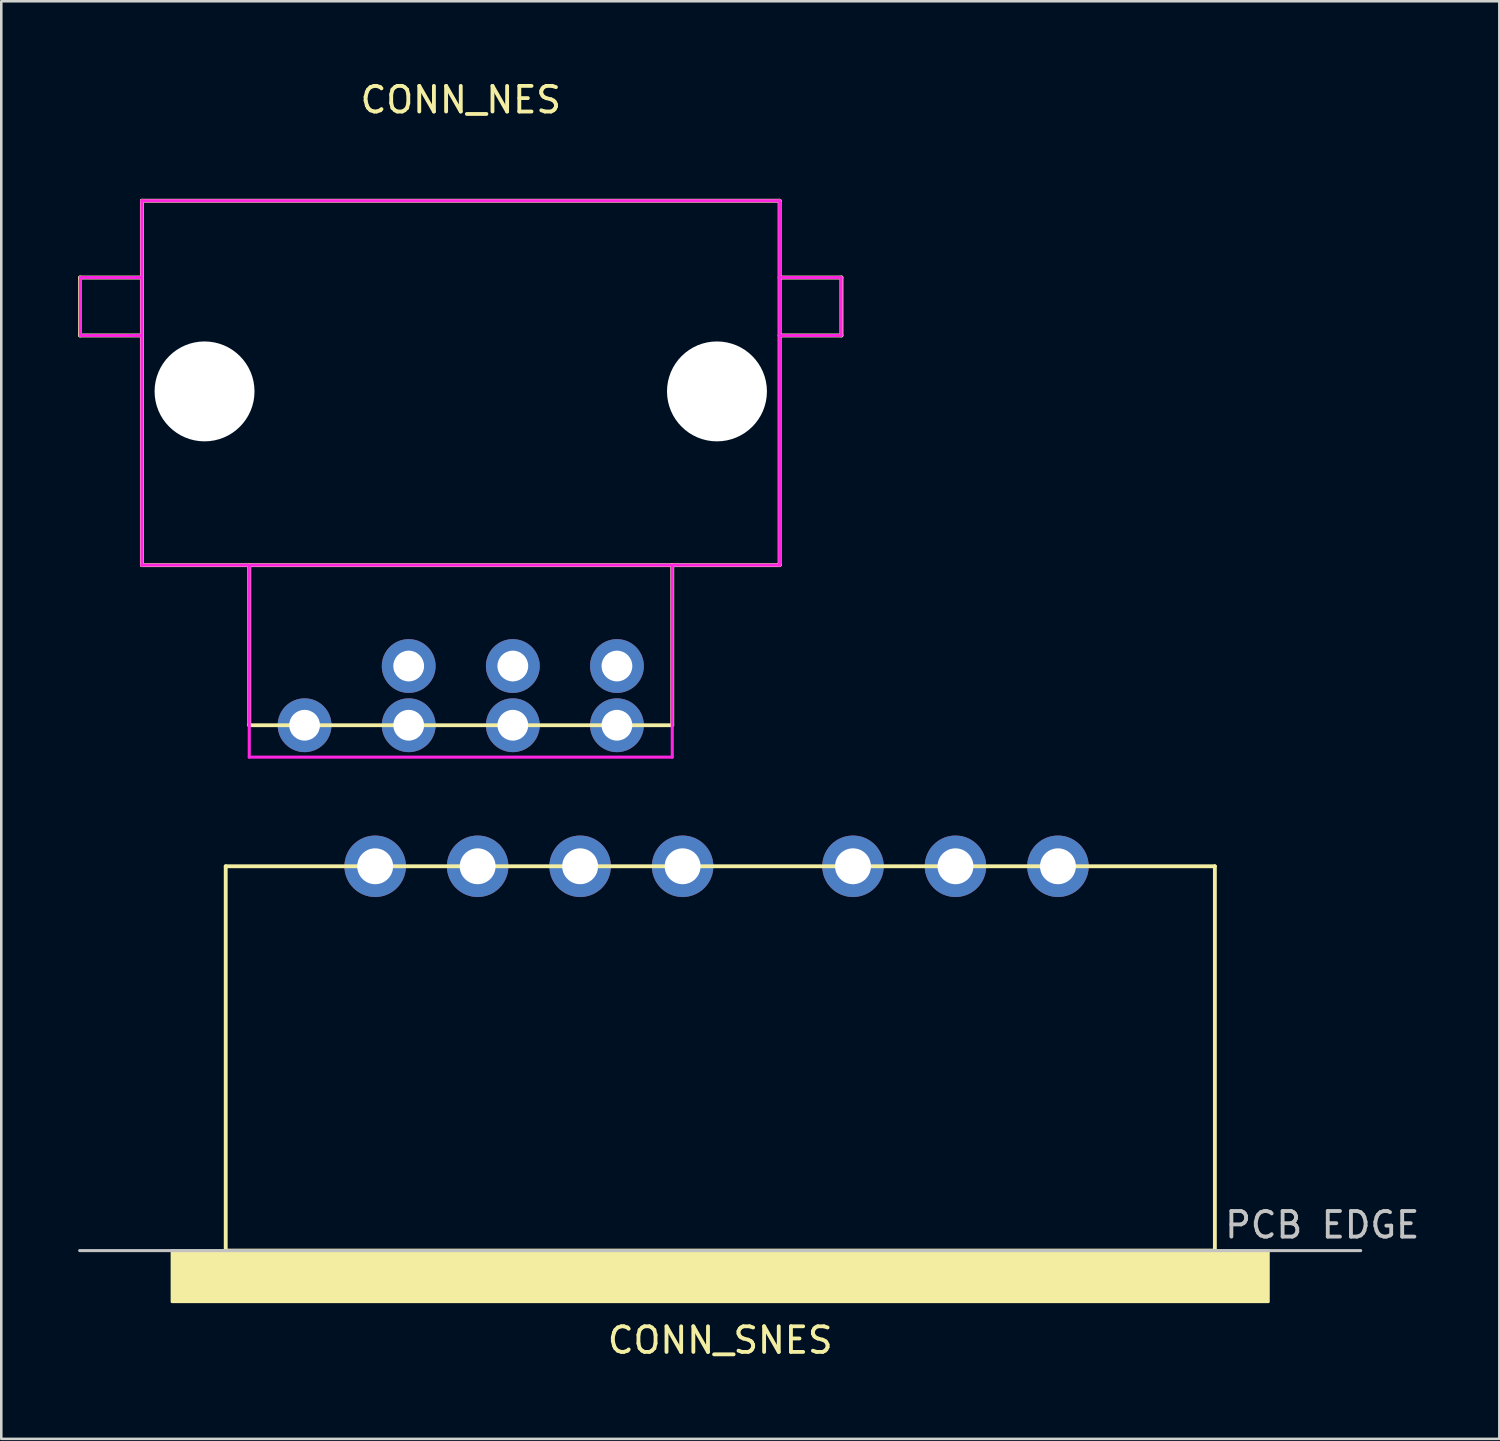
<source format=kicad_pcb>
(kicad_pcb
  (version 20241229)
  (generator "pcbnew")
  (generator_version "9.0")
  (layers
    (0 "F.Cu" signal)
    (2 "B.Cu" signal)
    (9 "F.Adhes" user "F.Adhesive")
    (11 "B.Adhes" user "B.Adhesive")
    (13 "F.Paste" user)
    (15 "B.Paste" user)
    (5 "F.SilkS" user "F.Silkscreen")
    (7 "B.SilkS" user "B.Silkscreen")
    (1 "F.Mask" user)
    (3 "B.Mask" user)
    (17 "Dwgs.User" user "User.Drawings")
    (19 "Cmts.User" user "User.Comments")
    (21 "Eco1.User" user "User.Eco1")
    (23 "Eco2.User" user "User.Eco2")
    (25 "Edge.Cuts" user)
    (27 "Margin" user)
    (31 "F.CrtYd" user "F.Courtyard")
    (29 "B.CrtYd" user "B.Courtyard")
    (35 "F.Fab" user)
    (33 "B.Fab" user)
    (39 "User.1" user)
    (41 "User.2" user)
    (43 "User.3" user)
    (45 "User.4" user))
  (footprint "CONN_NES"
    (layer "F.Cu")
    (at 14.934 11.897)
    (property "Reference" "CONN_NES" (at 0 -11.049 0) (layer "F.SilkS") (effects (font (size 1 1) (thickness 0.15))))
    (attr through_hole)
    (fp_line (start -14.859 -4.115) (end -14.859 -1.854) (stroke (width 0.15) (type solid)) (layer "F.SilkS"))
    (fp_line (start -12.446 -7.112) (end -12.446 7.112) (stroke (width 0.15) (type solid)) (layer "F.SilkS"))
    (fp_line (start -12.446 -4.115) (end -14.859 -4.115) (stroke (width 0.15) (type solid)) (layer "F.SilkS"))
    (fp_line (start -12.446 -1.854) (end -14.859 -1.854) (stroke (width 0.15) (type solid)) (layer "F.SilkS"))
    (fp_line (start -12.446 7.112) (end 12.446 7.112) (stroke (width 0.15) (type solid)) (layer "F.SilkS"))
    (fp_line (start -8.255 7.112) (end -8.255 13.36) (stroke (width 0.15) (type solid)) (layer "F.SilkS"))
    (fp_line (start -8.255 13.36) (end 8.255 13.36) (stroke (width 0.15) (type solid)) (layer "F.SilkS"))
    (fp_line (start 8.255 13.36) (end 8.255 7.112) (stroke (width 0.15) (type solid)) (layer "F.SilkS"))
    (fp_line (start 12.446 -7.112) (end -12.446 -7.112) (stroke (width 0.15) (type solid)) (layer "F.SilkS"))
    (fp_line (start 12.446 7.112) (end 12.446 -7.112) (stroke (width 0.15) (type solid)) (layer "F.SilkS"))
    (fp_line (start 14.859 -4.115) (end 12.446 -4.115) (stroke (width 0.15) (type solid)) (layer "F.SilkS"))
    (fp_line (start 14.859 -4.115) (end 14.859 -1.854) (stroke (width 0.15) (type solid)) (layer "F.SilkS"))
    (fp_line (start 14.859 -1.854) (end 12.446 -1.854) (stroke (width 0.15) (type solid)) (layer "F.SilkS"))
    (fp_line (start -14.846 -1.854) (end -14.846 -4.115) (stroke (width 0.12) (type solid)) (layer "F.CrtYd"))
    (fp_line (start -12.446 -7.112) (end -12.446 7.112) (stroke (width 0.12) (type solid)) (layer "F.CrtYd"))
    (fp_line (start -12.446 -4.115) (end -14.846 -4.115) (stroke (width 0.12) (type solid)) (layer "F.CrtYd"))
    (fp_line (start -12.446 -1.854) (end -14.846 -1.854) (stroke (width 0.12) (type solid)) (layer "F.CrtYd"))
    (fp_line (start -12.446 7.112) (end 12.446 7.112) (stroke (width 0.12) (type solid)) (layer "F.CrtYd"))
    (fp_line (start -8.255 7.112) (end -8.255 14.605) (stroke (width 0.12) (type solid)) (layer "F.CrtYd"))
    (fp_line (start -8.255 14.605) (end 8.255 14.605) (stroke (width 0.12) (type solid)) (layer "F.CrtYd"))
    (fp_line (start 8.255 7.112) (end 8.255 14.605) (stroke (width 0.12) (type solid)) (layer "F.CrtYd"))
    (fp_line (start 12.446 -7.112) (end -12.446 -7.112) (stroke (width 0.12) (type solid)) (layer "F.CrtYd"))
    (fp_line (start 12.446 7.112) (end 12.446 -7.112) (stroke (width 0.12) (type solid)) (layer "F.CrtYd"))
    (fp_line (start 14.846 -4.115) (end 12.446 -4.115) (stroke (width 0.12) (type solid)) (layer "F.CrtYd"))
    (fp_line (start 14.846 -1.854) (end 12.446 -1.854) (stroke (width 0.12) (type solid)) (layer "F.CrtYd"))
    (fp_line (start 14.846 -1.854) (end 14.846 -4.115) (stroke (width 0.12) (type solid)) (layer "F.CrtYd"))
    (pad "" np_thru_hole circle (at -10 0.33) (size 3.9 3.9) (drill 3.9) (layers "*.Cu" "*.Mask"))
    (pad "" np_thru_hole circle (at 10 0.33) (size 3.9 3.9) (drill 3.9) (layers "*.Cu" "*.Mask"))
    (pad "1" thru_hole circle (at -6.096 13.36) (size 2.1 2.1) (drill 1.2) (layers "*.Cu" "*.Mask"))
    (pad "2" thru_hole circle (at -2.032 13.36) (size 2.1 2.1) (drill 1.2) (layers "*.Cu" "*.Mask"))
    (pad "3" thru_hole circle (at 2.032 13.36) (size 2.1 2.1) (drill 1.2) (layers "*.Cu" "*.Mask"))
    (pad "4" thru_hole circle (at 6.096 13.36) (size 2.1 2.1) (drill 1.2) (layers "*.Cu" "*.Mask"))
    (pad "5" thru_hole circle (at 6.096 11.049) (size 2.1 2.1) (drill 1.2) (layers "*.Cu" "*.Mask"))
    (pad "6" thru_hole circle (at 2.032 11.049) (size 2.1 2.1) (drill 1.2) (layers "*.Cu" "*.Mask"))
    (pad "7" thru_hole circle (at -2.032 11.049) (size 2.1 2.1) (drill 1.2) (layers "*.Cu" "*.Mask")))
  (footprint "CONN_SNES"
    (layer "F.Cu")
    (at 25.06 38.262)
    (property "Reference" "CONN_SNES" (at 0 11 0) (layer "F.SilkS") (effects (font (size 1 1) (thickness 0.15))))
    (attr through_hole)
    (fp_line (start -19.3 7.486) (end -19.3 -7.5) (stroke (width 0.15) (type solid)) (layer "F.SilkS"))
    (fp_line (start -19.3 7.5) (end 19.308 7.5) (stroke (width 0.15) (type solid)) (layer "F.SilkS"))
    (fp_line (start 19.308 -7.5) (end -19.3 -7.5) (stroke (width 0.15) (type solid)) (layer "F.SilkS"))
    (fp_line (start 19.308 7.486) (end 19.308 -7.5) (stroke (width 0.15) (type solid)) (layer "F.SilkS"))
    (fp_poly (pts (xy 21.4 9.5) (xy -21.4 9.5) (xy -21.4 7.5) (xy 21.4 7.5)) (stroke (width 0.1) (type solid)) (fill yes) (layer "F.SilkS"))
    (fp_line (start 25 7.5) (end -25 7.5) (stroke (width 0.12) (type solid)) (layer "Dwgs.User"))
    (fp_text user "PCB EDGE" (at 23.5 6.5 0) (layer "Dwgs.User") (effects (font (size 1 1) (thickness 0.15))))
    (pad "1" thru_hole circle (at 13.183 -7.5) (size 2.4 2.4) (drill 1.4) (layers "*.Cu" "*.Mask"))
    (pad "2" thru_hole circle (at 9.183 -7.5) (size 2.4 2.4) (drill 1.4) (layers "*.Cu" "*.Mask"))
    (pad "3" thru_hole circle (at 5.183 -7.5) (size 2.4 2.4) (drill 1.4) (layers "*.Cu" "*.Mask"))
    (pad "4" thru_hole circle (at -1.467 -7.5) (size 2.4 2.4) (drill 1.4) (layers "*.Cu" "*.Mask"))
    (pad "5" thru_hole circle (at -5.467 -7.5) (size 2.4 2.4) (drill 1.4) (layers "*.Cu" "*.Mask"))
    (pad "6" thru_hole circle (at -9.467 -7.5) (size 2.4 2.4) (drill 1.4) (layers "*.Cu" "*.Mask"))
    (pad "7" thru_hole circle (at -13.467 -7.5) (size 2.4 2.4) (drill 1.4) (layers "*.Cu" "*.Mask")))
  (gr_rect
    (start -3 -3)
    (end 55.471 53.111)
    (stroke (width 0.1) (type default))
    (fill no)
    (layer "Edge.Cuts")))
</source>
